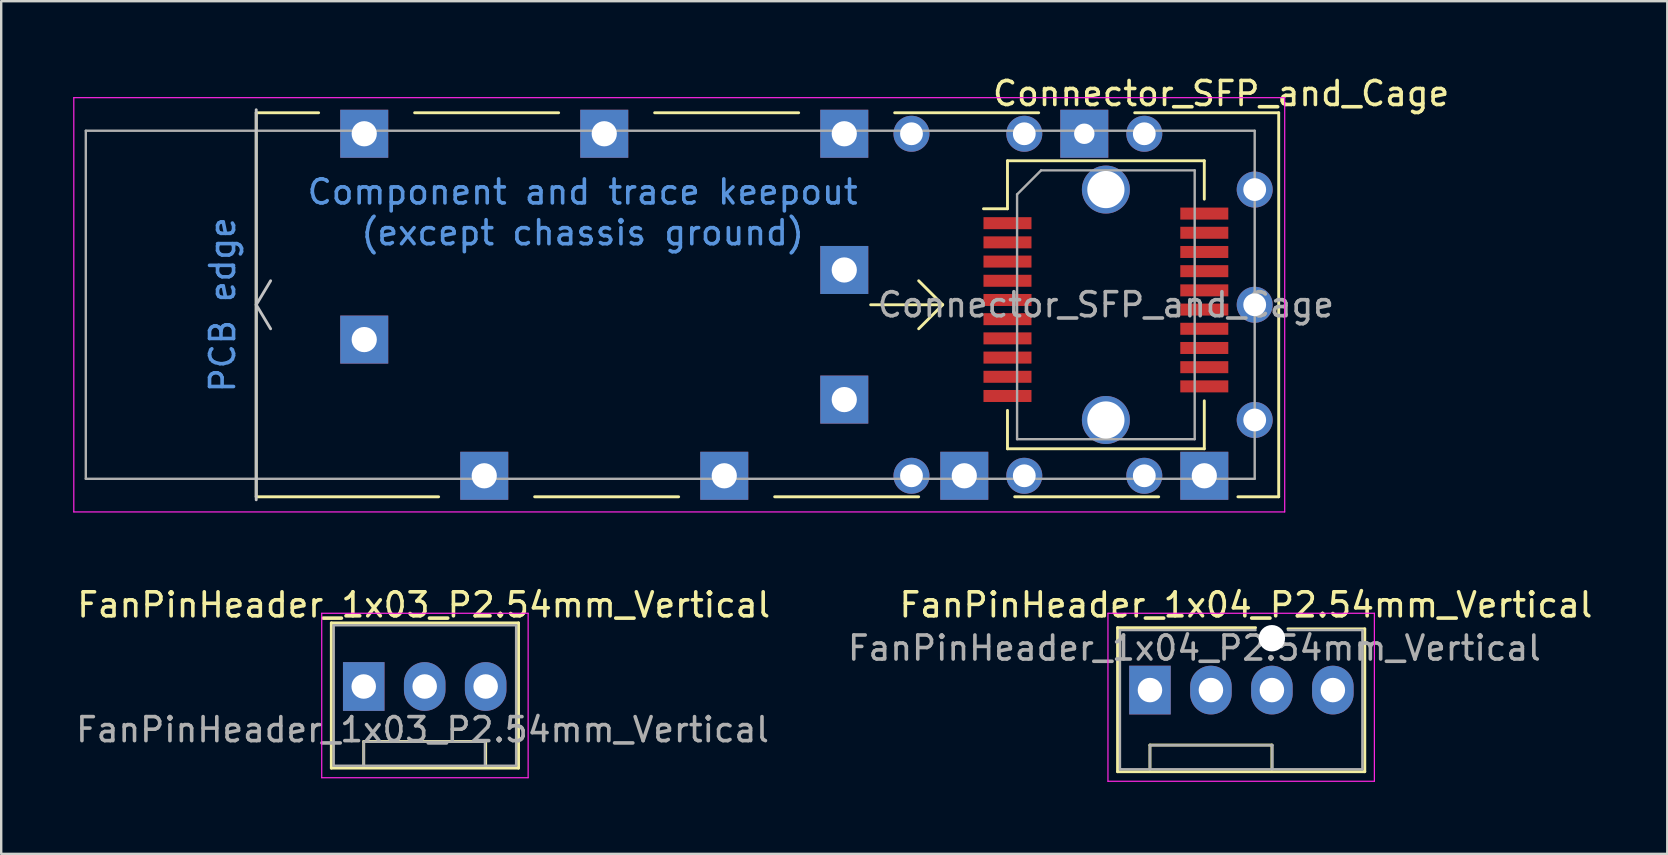
<source format=kicad_pcb>
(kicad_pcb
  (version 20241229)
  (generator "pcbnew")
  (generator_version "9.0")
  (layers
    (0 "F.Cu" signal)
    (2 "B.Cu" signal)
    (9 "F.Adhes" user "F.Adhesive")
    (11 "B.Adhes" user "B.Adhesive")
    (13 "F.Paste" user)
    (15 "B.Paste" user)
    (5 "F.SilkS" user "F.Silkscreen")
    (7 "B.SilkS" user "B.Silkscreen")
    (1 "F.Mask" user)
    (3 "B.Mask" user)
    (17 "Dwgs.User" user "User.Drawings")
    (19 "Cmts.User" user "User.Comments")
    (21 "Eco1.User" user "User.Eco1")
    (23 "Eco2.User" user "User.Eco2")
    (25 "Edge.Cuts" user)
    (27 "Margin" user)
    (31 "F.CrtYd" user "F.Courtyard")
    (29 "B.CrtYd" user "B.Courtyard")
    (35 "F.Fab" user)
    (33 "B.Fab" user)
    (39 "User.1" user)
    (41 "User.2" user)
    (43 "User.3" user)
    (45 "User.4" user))
  (footprint "Connector_SFP_and_Cage"
    (layer "F.Cu")
    (at 49.225 9.648)
    (property "Reference" "Connector_SFP_and_Cage" (at -1.4 -8.8 0) (layer "F.SilkS") (effects (font (size 1 1) (thickness 0.15))))
    (attr smd)
    (fp_line (start -41.6 8) (end -41.6 -8) (stroke (width 0.12) (type solid)) (layer "F.SilkS"))
    (fp_line (start -39 -8) (end -41.6 -8) (stroke (width 0.12) (type solid)) (layer "F.SilkS"))
    (fp_line (start -34 8) (end -41.6 8) (stroke (width 0.12) (type solid)) (layer "F.SilkS"))
    (fp_line (start -30 8) (end -24 8) (stroke (width 0.12) (type solid)) (layer "F.SilkS"))
    (fp_line (start -29 -8) (end -35 -8) (stroke (width 0.12) (type solid)) (layer "F.SilkS"))
    (fp_line (start -20 8) (end -14 8) (stroke (width 0.12) (type solid)) (layer "F.SilkS"))
    (fp_line (start -19 -8) (end -25 -8) (stroke (width 0.12) (type solid)) (layer "F.SilkS"))
    (fp_line (start -13 0) (end -16 0) (stroke (width 0.12) (type solid)) (layer "F.SilkS"))
    (fp_line (start -13 0) (end -14 -1) (stroke (width 0.12) (type solid)) (layer "F.SilkS"))
    (fp_line (start -13 0) (end -14 1) (stroke (width 0.12) (type solid)) (layer "F.SilkS"))
    (fp_line (start -10.3 -6) (end -10.3 -4) (stroke (width 0.12) (type solid)) (layer "F.SilkS"))
    (fp_line (start -10.3 -4) (end -11.3 -4) (stroke (width 0.12) (type solid)) (layer "F.SilkS"))
    (fp_line (start -10.3 4.4) (end -10.3 6) (stroke (width 0.12) (type solid)) (layer "F.SilkS"))
    (fp_line (start -10 8) (end -4 8) (stroke (width 0.12) (type solid)) (layer "F.SilkS"))
    (fp_line (start -9 -8) (end -15 -8) (stroke (width 0.12) (type solid)) (layer "F.SilkS"))
    (fp_line (start -2.1 -6) (end -10.3 -6) (stroke (width 0.12) (type solid)) (layer "F.SilkS"))
    (fp_line (start -2.1 -4.4) (end -2.1 -6) (stroke (width 0.12) (type solid)) (layer "F.SilkS"))
    (fp_line (start -2.1 4) (end -2.1 6) (stroke (width 0.12) (type solid)) (layer "F.SilkS"))
    (fp_line (start -2.1 6) (end -10.3 6) (stroke (width 0.12) (type solid)) (layer "F.SilkS"))
    (fp_line (start -0.7 8) (end 1 8) (stroke (width 0.12) (type solid)) (layer "F.SilkS"))
    (fp_line (start 1 -8) (end -5 -8) (stroke (width 0.12) (type solid)) (layer "F.SilkS"))
    (fp_line (start 1 8) (end 1 -8) (stroke (width 0.12) (type solid)) (layer "F.SilkS"))
    (fp_line (start -41.6 0) (end -41 -1) (stroke (width 0.12) (type solid)) (layer "Dwgs.User"))
    (fp_line (start -41.6 8.125) (end -41.6 -8.125) (stroke (width 0.12) (type solid)) (layer "Dwgs.User"))
    (fp_line (start -41 1) (end -41.6 0) (stroke (width 0.12) (type solid)) (layer "Dwgs.User"))
    (fp_line (start -49.2 -8.63) (end -49.2 8.63) (stroke (width 0.05) (type solid)) (layer "F.CrtYd"))
    (fp_line (start -49.2 -8.63) (end 1.25 -8.63) (stroke (width 0.05) (type solid)) (layer "F.CrtYd"))
    (fp_line (start 1.25 8.63) (end -49.2 8.63) (stroke (width 0.05) (type solid)) (layer "F.CrtYd"))
    (fp_line (start 1.25 8.63) (end 1.25 -8.63) (stroke (width 0.05) (type solid)) (layer "F.CrtYd"))
    (fp_line (start -48.7 -7.25) (end -48.7 7.25) (stroke (width 0.1) (type solid)) (layer "F.Fab"))
    (fp_line (start -9.9 -4.6) (end -9.9 5.6) (stroke (width 0.1) (type solid)) (layer "F.Fab"))
    (fp_line (start -9.9 -4.6) (end -8.9 -5.6) (stroke (width 0.1) (type solid)) (layer "F.Fab"))
    (fp_line (start -2.5 -5.6) (end -8.9 -5.6) (stroke (width 0.1) (type solid)) (layer "F.Fab"))
    (fp_line (start -2.5 -5.6) (end -2.5 5.6) (stroke (width 0.1) (type solid)) (layer "F.Fab"))
    (fp_line (start -2.5 5.6) (end -9.9 5.6) (stroke (width 0.1) (type solid)) (layer "F.Fab"))
    (fp_line (start 0 -7.25) (end -48.7 -7.25) (stroke (width 0.1) (type solid)) (layer "F.Fab"))
    (fp_line (start 0 -7.25) (end 0 7.25) (stroke (width 0.1) (type solid)) (layer "F.Fab"))
    (fp_line (start 0 7.25) (end -48.7 7.25) (stroke (width 0.1) (type solid)) (layer "F.Fab"))
    (fp_text user "Component and trace keepout" (at -28 -4.7 0) (layer "Cmts.User") (effects (font (size 1 1) (thickness 0.15))))
    (fp_text user "(except chassis ground)" (at -28 -3 0) (layer "Cmts.User") (effects (font (size 1 1) (thickness 0.15))))
    (fp_text user "PCB edge" (at -43 0 90) (layer "Cmts.User") (effects (font (size 1 1) (thickness 0.15))))
    (fp_text user "${REFERENCE}" (at -6.2 0 0) (layer "F.Fab") (effects (font (size 1 1) (thickness 0.15))))
    (pad "" np_thru_hole circle (at -6.2 -4.8) (size 2 2) (drill 1.55) (layers "*.Cu" "*.Mask"))
    (pad "" np_thru_hole circle (at -6.2 4.8) (size 2 2) (drill 1.55) (layers "*.Cu" "*.Mask"))
    (pad "1" smd rect (at -10.3 -3.4) (size 2 0.5) (layers "F.Cu" "F.Mask" "F.Paste"))
    (pad "2" smd rect (at -10.3 -2.6) (size 2 0.5) (layers "F.Cu" "F.Mask" "F.Paste"))
    (pad "3" smd rect (at -10.3 -1.8) (size 2 0.5) (layers "F.Cu" "F.Mask" "F.Paste"))
    (pad "4" smd rect (at -10.3 -1) (size 2 0.5) (layers "F.Cu" "F.Mask" "F.Paste"))
    (pad "5" smd rect (at -10.3 -0.2) (size 2 0.5) (layers "F.Cu" "F.Mask" "F.Paste"))
    (pad "6" smd rect (at -10.3 0.6) (size 2 0.5) (layers "F.Cu" "F.Mask" "F.Paste"))
    (pad "7" smd rect (at -10.3 1.4) (size 2 0.5) (layers "F.Cu" "F.Mask" "F.Paste"))
    (pad "8" smd rect (at -10.3 2.2) (size 2 0.5) (layers "F.Cu" "F.Mask" "F.Paste"))
    (pad "9" smd rect (at -10.3 3) (size 2 0.5) (layers "F.Cu" "F.Mask" "F.Paste"))
    (pad "10" smd rect (at -10.3 3.8) (size 2 0.5) (layers "F.Cu" "F.Mask" "F.Paste"))
    (pad "11" smd rect (at -2.1 3.4) (size 2 0.5) (layers "F.Cu" "F.Mask" "F.Paste"))
    (pad "12" smd rect (at -2.1 2.6) (size 2 0.5) (layers "F.Cu" "F.Mask" "F.Paste"))
    (pad "13" smd rect (at -2.1 1.8) (size 2 0.5) (layers "F.Cu" "F.Mask" "F.Paste"))
    (pad "14" smd rect (at -2.1 1) (size 2 0.5) (layers "F.Cu" "F.Mask" "F.Paste"))
    (pad "15" smd rect (at -2.1 0.2) (size 2 0.5) (layers "F.Cu" "F.Mask" "F.Paste"))
    (pad "16" smd rect (at -2.1 -0.6) (size 2 0.5) (layers "F.Cu" "F.Mask" "F.Paste"))
    (pad "17" smd rect (at -2.1 -1.4) (size 2 0.5) (layers "F.Cu" "F.Mask" "F.Paste"))
    (pad "18" smd rect (at -2.1 -2.2) (size 2 0.5) (layers "F.Cu" "F.Mask" "F.Paste"))
    (pad "19" smd rect (at -2.1 -3) (size 2 0.5) (layers "F.Cu" "F.Mask" "F.Paste"))
    (pad "20" smd rect (at -2.1 -3.8) (size 2 0.5) (layers "F.Cu" "F.Mask" "F.Paste"))
    (pad "CAGE" thru_hole rect (at -37.1 -7.125) (size 2 2) (drill 1.05) (layers "*.Cu" "*.Mask"))
    (pad "CAGE" thru_hole rect (at -37.1 1.45) (size 2 2) (drill 1.05) (layers "*.Cu" "*.Mask"))
    (pad "CAGE" thru_hole rect (at -32.1 7.125) (size 2 2) (drill 1.05) (layers "*.Cu" "*.Mask"))
    (pad "CAGE" thru_hole rect (at -27.1 -7.125) (size 2 2) (drill 1.05) (layers "*.Cu" "*.Mask"))
    (pad "CAGE" thru_hole rect (at -22.1 7.125) (size 2 2) (drill 1.05) (layers "*.Cu" "*.Mask"))
    (pad "CAGE" thru_hole rect (at -17.1 -7.125) (size 2 2) (drill 1.05) (layers "*.Cu" "*.Mask"))
    (pad "CAGE" thru_hole rect (at -17.1 -1.45) (size 2 2) (drill 1.05) (layers "*.Cu" "*.Mask"))
    (pad "CAGE" thru_hole rect (at -17.1 3.95) (size 2 2) (drill 1.05) (layers "*.Cu" "*.Mask"))
    (pad "CAGE" thru_hole circle (at -14.3 -7.125) (size 1.5 1.5) (drill 0.95) (layers "*.Cu" "*.Mask"))
    (pad "CAGE" thru_hole circle (at -14.3 7.125) (size 1.5 1.5) (drill 0.95) (layers "*.Cu" "*.Mask"))
    (pad "CAGE" thru_hole rect (at -12.1 7.125) (size 2 2) (drill 1.05) (layers "*.Cu" "*.Mask"))
    (pad "CAGE" thru_hole circle (at -9.6 -7.125) (size 1.5 1.5) (drill 0.95) (layers "*.Cu" "*.Mask"))
    (pad "CAGE" thru_hole circle (at -9.6 7.125) (size 1.5 1.5) (drill 0.95) (layers "*.Cu" "*.Mask"))
    (pad "CAGE" thru_hole rect (at -7.1 -7.125) (size 2 2) (drill 0.85) (layers "*.Cu" "*.Mask"))
    (pad "CAGE" thru_hole circle (at -4.6 -7.125) (size 1.5 1.5) (drill 0.95) (layers "*.Cu" "*.Mask"))
    (pad "CAGE" thru_hole circle (at -4.6 7.125) (size 1.5 1.5) (drill 0.95) (layers "*.Cu" "*.Mask"))
    (pad "CAGE" thru_hole rect (at -2.1 7.125) (size 2 2) (drill 1.05) (layers "*.Cu" "*.Mask"))
    (pad "CAGE" thru_hole circle (at 0 -4.8) (size 1.5 1.5) (drill 0.95) (layers "*.Cu" "*.Mask"))
    (pad "CAGE" thru_hole circle (at 0 0) (size 1.5 1.5) (drill 0.95) (layers "*.Cu" "*.Mask"))
    (pad "CAGE" thru_hole circle (at 0 4.8) (size 1.5 1.5) (drill 0.95) (layers "*.Cu" "*.Mask"))
    (zone (net_name "") (layer "F.Cu") (hatch full 0.508) (connect_pads) (min_thickness 0.254) (filled_areas_thickness no) (keepout (tracks not_allowed) (vias allowed) (pads allowed) (copperpour allowed) (footprints not_allowed)) (placement (enabled no)) (fill) (polygon (pts (xy 49.925 6.048) (xy 48.925 6.048) (xy 48.925 3.548) (xy 34.425 3.548) (xy 34.425 15.748) (xy 48.925 15.748) (xy 48.925 12.748) (xy 49.925 12.748) (xy 49.925 17.773) (xy 7.625 17.773) (xy 7.625 1.523) (xy 49.925 1.523)))))
  (footprint "FanPinHeader_1x04_P2.54mm_Vertical"
    (layer "F.Cu")
    (at 44.861 25.701)
    (property "Reference" "FanPinHeader_1x04_P2.54mm_Vertical" (at 4 -3.55 0) (layer "F.SilkS") (effects (font (size 1 1) (thickness 0.15))))
    (attr through_hole)
    (fp_line (start -1.35 -2.6) (end 4.4 -2.6) (stroke (width 0.12) (type solid)) (layer "F.SilkS"))
    (fp_line (start -1.35 3.4) (end -1.35 -2.6) (stroke (width 0.12) (type solid)) (layer "F.SilkS"))
    (fp_line (start 0 2.29) (end 5.08 2.29) (stroke (width 0.12) (type solid)) (layer "F.SilkS"))
    (fp_line (start 0 3.3) (end 0 2.29) (stroke (width 0.12) (type solid)) (layer "F.SilkS"))
    (fp_line (start 5.08 2.29) (end 5.08 3.3) (stroke (width 0.12) (type solid)) (layer "F.SilkS"))
    (fp_line (start 5.75 -2.55) (end 8.95 -2.55) (stroke (width 0.12) (type solid)) (layer "F.SilkS"))
    (fp_line (start 8.95 -2.55) (end 8.95 3.4) (stroke (width 0.12) (type solid)) (layer "F.SilkS"))
    (fp_line (start 8.95 3.4) (end -1.35 3.4) (stroke (width 0.12) (type solid)) (layer "F.SilkS"))
    (fp_line (start -1.75 3.8) (end -1.75 -3.2) (stroke (width 0.05) (type solid)) (layer "F.CrtYd"))
    (fp_line (start -1.75 3.8) (end 9.35 3.8) (stroke (width 0.05) (type solid)) (layer "F.CrtYd"))
    (fp_line (start 9.35 -3.2) (end -1.75 -3.2) (stroke (width 0.05) (type solid)) (layer "F.CrtYd"))
    (fp_line (start 9.35 -3.2) (end 9.35 3.8) (stroke (width 0.05) (type solid)) (layer "F.CrtYd"))
    (fp_line (start -1.25 -2.5) (end 4.4 -2.5) (stroke (width 0.1) (type solid)) (layer "F.Fab"))
    (fp_line (start -1.25 3.3) (end -1.25 -2.5) (stroke (width 0.1) (type solid)) (layer "F.Fab"))
    (fp_line (start -1.2 3.3) (end -1.25 3.3) (stroke (width 0.1) (type solid)) (layer "F.Fab"))
    (fp_line (start 0 2.3) (end 0 3.3) (stroke (width 0.1) (type solid)) (layer "F.Fab"))
    (fp_line (start 5.1 2.3) (end 0 2.3) (stroke (width 0.1) (type solid)) (layer "F.Fab"))
    (fp_line (start 5.1 3.3) (end 5.1 2.3) (stroke (width 0.1) (type solid)) (layer "F.Fab"))
    (fp_line (start 5.75 -2.5) (end 8.85 -2.5) (stroke (width 0.1) (type solid)) (layer "F.Fab"))
    (fp_line (start 8.85 -2.5) (end 8.85 3.3) (stroke (width 0.1) (type solid)) (layer "F.Fab"))
    (fp_line (start 8.85 3.3) (end -1.2 3.3) (stroke (width 0.1) (type solid)) (layer "F.Fab"))
    (fp_text user "${REFERENCE}" (at 1.85 -1.75 0) (layer "F.Fab") (effects (font (size 1 1) (thickness 0.15))))
    (pad "" np_thru_hole circle (at 5.08 -2.16 90) (size 1.1 1.1) (drill 1.1) (layers "*.Cu" "*.Mask"))
    (pad "1" thru_hole rect (at 0 0 90) (size 2.03 1.73) (drill 1.02) (layers "*.Cu" "*.Mask"))
    (pad "2" thru_hole oval (at 2.54 0 90) (size 2.03 1.73) (drill 1.02) (layers "*.Cu" "*.Mask"))
    (pad "3" thru_hole oval (at 5.08 0 90) (size 2.03 1.73) (drill 1.02) (layers "*.Cu" "*.Mask"))
    (pad "4" thru_hole oval (at 7.62 0 90) (size 2.03 1.73) (drill 1.02) (layers "*.Cu" "*.Mask")))
  (footprint "FanPinHeader_1x03_P2.54mm_Vertical"
    (layer "F.Cu")
    (at 12.104 25.552)
    (property "Reference" "FanPinHeader_1x03_P2.54mm_Vertical" (at 2.5 -3.4 0) (layer "F.SilkS") (effects (font (size 1 1) (thickness 0.15))))
    (attr through_hole)
    (fp_line (start -1.35 -2.65) (end 6.45 -2.65) (stroke (width 0.12) (type solid)) (layer "F.SilkS"))
    (fp_line (start -1.35 3.4) (end -1.35 -2.65) (stroke (width 0.12) (type solid)) (layer "F.SilkS"))
    (fp_line (start 0 2.29) (end 5.08 2.29) (stroke (width 0.12) (type solid)) (layer "F.SilkS"))
    (fp_line (start 0 3.3) (end 0 2.29) (stroke (width 0.12) (type solid)) (layer "F.SilkS"))
    (fp_line (start 5.08 2.29) (end 5.08 3.3) (stroke (width 0.12) (type solid)) (layer "F.SilkS"))
    (fp_line (start 6.45 -2.65) (end 6.45 3.4) (stroke (width 0.12) (type solid)) (layer "F.SilkS"))
    (fp_line (start 6.45 3.4) (end -1.35 3.4) (stroke (width 0.12) (type solid)) (layer "F.SilkS"))
    (fp_line (start -1.75 3.8) (end -1.75 -3.05) (stroke (width 0.05) (type solid)) (layer "F.CrtYd"))
    (fp_line (start -1.75 3.8) (end 6.85 3.8) (stroke (width 0.05) (type solid)) (layer "F.CrtYd"))
    (fp_line (start 6.85 -3.05) (end -1.75 -3.05) (stroke (width 0.05) (type solid)) (layer "F.CrtYd"))
    (fp_line (start 6.85 -3.05) (end 6.85 3.8) (stroke (width 0.05) (type solid)) (layer "F.CrtYd"))
    (fp_line (start -1.25 -2.55) (end 6.35 -2.55) (stroke (width 0.1) (type solid)) (layer "F.Fab"))
    (fp_line (start -1.25 3.3) (end -1.25 -2.55) (stroke (width 0.1) (type solid)) (layer "F.Fab"))
    (fp_line (start 0 2.3) (end 0 3.3) (stroke (width 0.1) (type solid)) (layer "F.Fab"))
    (fp_line (start 5.05 2.3) (end 0 2.3) (stroke (width 0.1) (type solid)) (layer "F.Fab"))
    (fp_line (start 5.05 3.3) (end 5.05 2.3) (stroke (width 0.1) (type solid)) (layer "F.Fab"))
    (fp_line (start 6.35 -2.55) (end 6.35 3.3) (stroke (width 0.1) (type solid)) (layer "F.Fab"))
    (fp_line (start 6.35 3.3) (end -1.25 3.3) (stroke (width 0.1) (type solid)) (layer "F.Fab"))
    (fp_text user "${REFERENCE}" (at 2.45 1.8 0) (layer "F.Fab") (effects (font (size 1 1) (thickness 0.15))))
    (pad "1" thru_hole rect (at 0 0 90) (size 2.03 1.73) (drill 1.02) (layers "*.Cu" "*.Mask"))
    (pad "2" thru_hole oval (at 2.54 0 90) (size 2.03 1.73) (drill 1.02) (layers "*.Cu" "*.Mask"))
    (pad "3" thru_hole oval (at 5.08 0 90) (size 2.03 1.73) (drill 1.02) (layers "*.Cu" "*.Mask")))
  (gr_rect
    (start -3 -3)
    (end 66.414 32.526)
    (stroke (width 0.1) (type default))
    (fill no)
    (layer "Edge.Cuts")))
</source>
